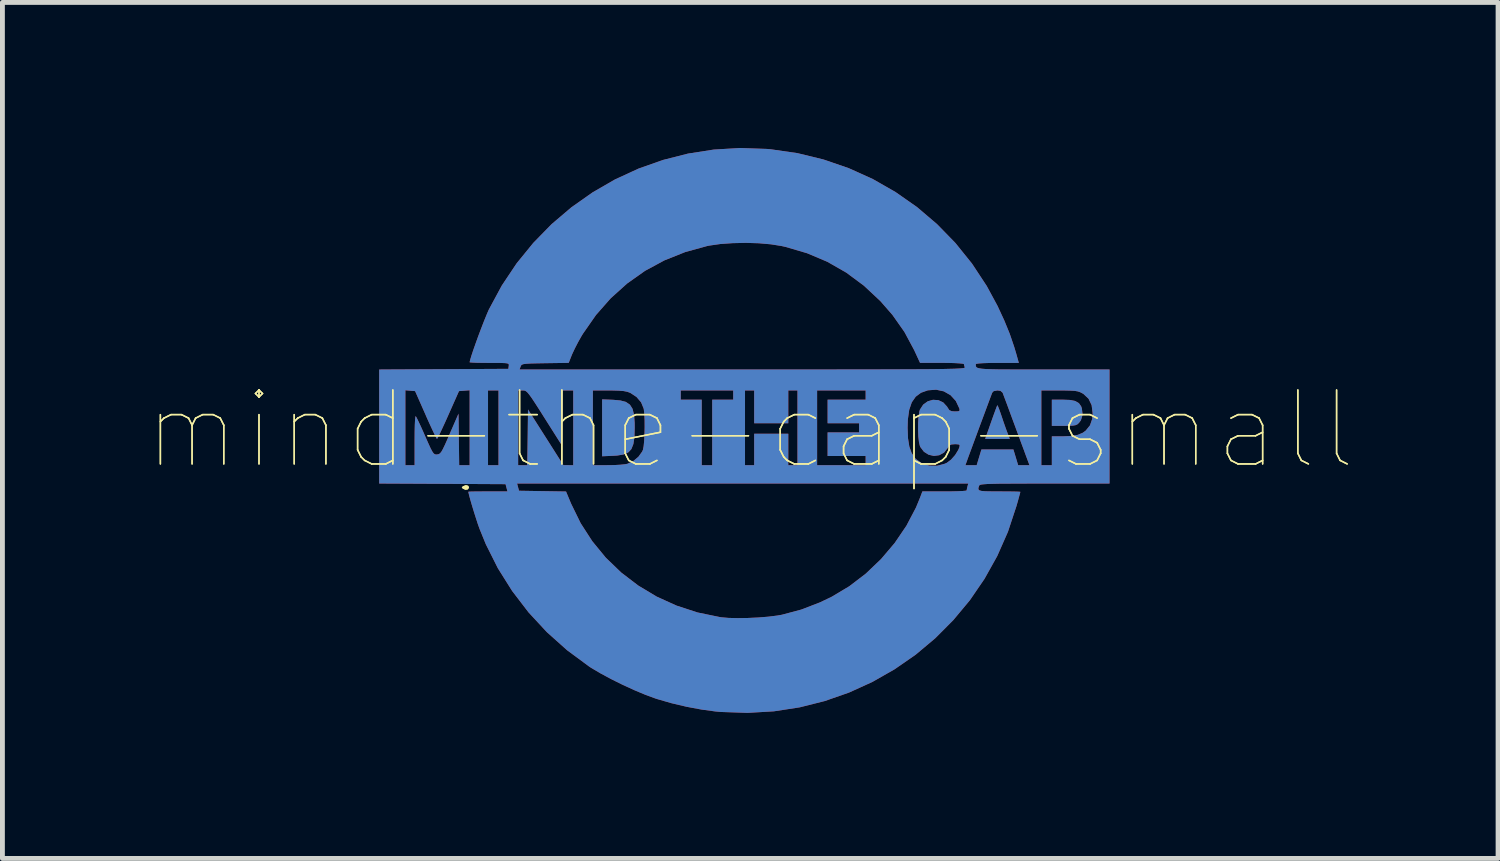
<source format=kicad_pcb>
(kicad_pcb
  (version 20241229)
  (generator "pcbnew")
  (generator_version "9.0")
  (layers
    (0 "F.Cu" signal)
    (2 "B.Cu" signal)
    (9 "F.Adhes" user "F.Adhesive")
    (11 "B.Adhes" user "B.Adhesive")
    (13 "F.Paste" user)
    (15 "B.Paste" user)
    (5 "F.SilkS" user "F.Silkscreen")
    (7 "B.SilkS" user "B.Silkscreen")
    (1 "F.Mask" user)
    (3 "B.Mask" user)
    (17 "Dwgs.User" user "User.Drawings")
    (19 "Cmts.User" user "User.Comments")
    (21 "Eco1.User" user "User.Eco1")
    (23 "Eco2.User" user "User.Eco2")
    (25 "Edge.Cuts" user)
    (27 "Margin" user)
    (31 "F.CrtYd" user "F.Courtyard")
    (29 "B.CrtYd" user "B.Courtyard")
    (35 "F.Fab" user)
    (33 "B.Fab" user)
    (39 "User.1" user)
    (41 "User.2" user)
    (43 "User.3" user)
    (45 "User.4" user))
  (footprint "mind-the-cap-small"
    (layer "F.Cu")
    (at 12.411 5.807)
    (property "Reference" "mind-the-cap-small" (at 0 0 0) (layer "F.SilkS") (effects (font (size 1.524 1.524) (thickness 0.03))))
    (attr board_only exclude_from_pos_files exclude_from_bom)
    (fp_poly (pts (xy 5.104 -0.488) (xy 5.128 -0.428) (xy 5.16 -0.339) (xy 5.176 -0.292) (xy 5.217 -0.17) (xy 5.259 -0.05) (xy 5.294 0.046) (xy 5.3 0.061) (xy 5.349 0.189) (xy 4.841 0.189) (xy 4.962 -0.155) (xy 5.007 -0.282) (xy 5.046 -0.389) (xy 5.075 -0.467) (xy 5.091 -0.505) (xy 5.092 -0.508)) (stroke (width 0) (type solid)) (fill yes) (layer "F.Cu"))
    (fp_poly (pts (xy 6.588 -0.615) (xy 6.699 -0.592) (xy 6.773 -0.549) (xy 6.819 -0.484) (xy 6.834 -0.441) (xy 6.849 -0.309) (xy 6.814 -0.195) (xy 6.774 -0.142) (xy 6.743 -0.113) (xy 6.704 -0.095) (xy 6.645 -0.085) (xy 6.553 -0.082) (xy 6.467 -0.081) (xy 6.215 -0.081) (xy 6.215 -0.621) (xy 6.432 -0.621)) (stroke (width 0) (type solid)) (fill yes) (layer "F.Cu"))
    (fp_poly (pts (xy -2.826 -0.618) (xy -2.674 -0.604) (xy -2.561 -0.573) (xy -2.48 -0.518) (xy -2.426 -0.433) (xy -2.395 -0.311) (xy -2.382 -0.145) (xy -2.381 -0.041) (xy -2.387 0.15) (xy -2.408 0.293) (xy -2.449 0.397) (xy -2.515 0.467) (xy -2.611 0.509) (xy -2.742 0.531) (xy -2.826 0.536) (xy -3.053 0.546) (xy -3.053 -0.627)) (stroke (width 0) (type solid)) (fill yes) (layer "F.Cu"))
    (fp_poly (pts (xy 0.34 -5.788) (xy 0.421 -5.781) (xy 0.974 -5.701) (xy 1.511 -5.57) (xy 2.029 -5.392) (xy 2.525 -5.168) (xy 2.995 -4.899) (xy 3.438 -4.589) (xy 3.85 -4.238) (xy 4.229 -3.849) (xy 4.571 -3.424) (xy 4.874 -2.964) (xy 5.096 -2.554) (xy 5.235 -2.254) (xy 5.348 -1.978) (xy 5.44 -1.708) (xy 5.48 -1.574) (xy 5.535 -1.378) (xy 5.091 -1.378) (xy 4.938 -1.377) (xy 4.809 -1.373) (xy 4.713 -1.367) (xy 4.658 -1.359) (xy 4.648 -1.353) (xy 4.648 -1.329) (xy 4.65 -1.308) (xy 4.66 -1.291) (xy 4.682 -1.277) (xy 4.719 -1.267) (xy 4.777 -1.258) (xy 4.859 -1.252) (xy 4.97 -1.248) (xy 5.114 -1.245) (xy 5.296 -1.244) (xy 5.519 -1.243) (xy 5.789 -1.243) (xy 6.042 -1.243) (xy 7.404 -1.243) (xy 7.404 1.108) (xy 6.069 1.108) (xy 5.764 1.108) (xy 5.508 1.109) (xy 5.298 1.11) (xy 5.128 1.111) (xy 4.995 1.114) (xy 4.894 1.117) (xy 4.821 1.122) (xy 4.771 1.127) (xy 4.74 1.134) (xy 4.724 1.143) (xy 4.718 1.151) (xy 4.703 1.194) (xy 4.701 1.225) (xy 4.72 1.247) (xy 4.765 1.26) (xy 4.843 1.267) (xy 4.961 1.269) (xy 5.127 1.27) (xy 5.134 1.27) (xy 5.28 1.271) (xy 5.405 1.272) (xy 5.5 1.274) (xy 5.555 1.277) (xy 5.566 1.279) (xy 5.56 1.307) (xy 5.541 1.376) (xy 5.514 1.475) (xy 5.485 1.576) (xy 5.311 2.102) (xy 5.091 2.601) (xy 4.828 3.072) (xy 4.526 3.513) (xy 4.186 3.921) (xy 3.813 4.296) (xy 3.409 4.635) (xy 2.976 4.935) (xy 2.518 5.196) (xy 2.037 5.415) (xy 1.536 5.59) (xy 1.019 5.72) (xy 0.487 5.802) (xy -0.056 5.834) (xy -0.608 5.815) (xy -0.716 5.805) (xy -1.002 5.766) (xy -1.312 5.708) (xy -1.625 5.634) (xy -1.915 5.55) (xy -1.955 5.537) (xy -2.16 5.462) (xy -2.391 5.365) (xy -2.633 5.254) (xy -2.871 5.136) (xy -3.091 5.017) (xy -3.279 4.906) (xy -3.324 4.876) (xy -3.776 4.542) (xy -4.192 4.17) (xy -4.57 3.762) (xy -4.907 3.322) (xy -5.201 2.854) (xy -5.449 2.36) (xy -5.577 2.046) (xy -5.612 1.949) (xy -5.651 1.829) (xy -5.693 1.697) (xy -5.733 1.566) (xy -5.768 1.446) (xy -5.794 1.35) (xy -5.808 1.289) (xy -5.81 1.277) (xy -5.784 1.274) (xy -5.714 1.272) (xy -5.609 1.271) (xy -5.477 1.27) (xy -5.407 1.27) (xy -5.004 1.27) (xy -5.023 1.196) (xy -5.043 1.121) (xy -6.345 1.114) (xy -7.551 1.108) (xy -4.805 1.108) (xy -4.765 1.256) (xy -4.281 1.264) (xy -3.796 1.272) (xy -3.692 1.521) (xy -3.495 1.924) (xy -3.255 2.296) (xy -2.975 2.637) (xy -2.658 2.942) (xy -2.307 3.21) (xy -1.927 3.438) (xy -1.519 3.623) (xy -1.088 3.764) (xy -0.637 3.857) (xy -0.594 3.864) (xy -0.445 3.877) (xy -0.257 3.881) (xy -0.047 3.878) (xy 0.169 3.868) (xy 0.376 3.851) (xy 0.558 3.828) (xy 0.654 3.811) (xy 1.051 3.705) (xy 1.438 3.556) (xy 1.678 3.441) (xy 2.041 3.224) (xy 2.382 2.963) (xy 2.695 2.664) (xy 2.976 2.333) (xy 3.218 1.977) (xy 3.415 1.602) (xy 3.499 1.398) (xy 3.547 1.27) (xy 4.003 1.27) (xy 4.153 1.269) (xy 4.282 1.266) (xy 4.382 1.261) (xy 4.443 1.255) (xy 4.459 1.25) (xy 4.466 1.21) (xy 4.476 1.169) (xy 4.492 1.108) (xy -4.805 1.108) (xy -7.551 1.108) (xy -7.647 1.107) (xy -7.647 -0.814) (xy -7.107 -0.814) (xy -7.107 0.73) (xy -6.917 0.73) (xy -6.917 0.211) (xy -6.916 0.041) (xy -6.913 -0.1) (xy -6.908 -0.204) (xy -6.901 -0.267) (xy -6.894 -0.282) (xy -6.875 -0.25) (xy -6.839 -0.177) (xy -6.79 -0.073) (xy -6.733 0.054) (xy -6.7 0.13) (xy -6.635 0.276) (xy -6.588 0.379) (xy -6.552 0.447) (xy -6.524 0.487) (xy -6.499 0.505) (xy -6.473 0.51) (xy -6.451 0.508) (xy -6.421 0.502) (xy -6.395 0.487) (xy -6.367 0.454) (xy -6.335 0.398) (xy -6.293 0.311) (xy -6.237 0.185) (xy -6.193 0.083) (xy -6.012 -0.333) (xy -6.005 0.198) (xy -5.998 0.73) (xy -5.783 0.73) (xy -5.404 0.73) (xy -5.188 0.73) (xy -4.783 0.73) (xy -4.595 0.73) (xy -4.587 0.155) (xy -4.58 -0.419) (xy -4.215 0.155) (xy -3.851 0.728) (xy -3.648 0.73) (xy -3.648 -0.811) (xy -3.243 -0.811) (xy -3.243 0.73) (xy -2.939 0.729) (xy -2.804 0.727) (xy -2.679 0.72) (xy -2.58 0.71) (xy -2.533 0.701) (xy -2.411 0.645) (xy -2.304 0.555) (xy -2.227 0.448) (xy -2.211 0.411) (xy -2.197 0.339) (xy -2.186 0.229) (xy -2.179 0.092) (xy -2.176 -0.056) (xy -2.177 -0.201) (xy -2.183 -0.328) (xy -2.194 -0.425) (xy -2.197 -0.438) (xy -2.249 -0.565) (xy -2.297 -0.621) (xy -1.432 -0.621) (xy -1 -0.621) (xy -1 0.73) (xy -0.784 0.73) (xy -0.108 0.73) (xy 0.081 0.73) (xy 0.081 0.081) (xy 0.784 0.081) (xy 0.784 0.73) (xy 0.973 0.73) (xy 1.378 0.73) (xy 2.378 0.73) (xy 2.378 0.54) (xy 1.594 0.54) (xy 1.594 0.054) (xy 2.243 0.054) (xy 2.243 -0.041) (xy 3.243 -0.041) (xy 3.251 0.174) (xy 3.278 0.344) (xy 3.326 0.478) (xy 3.396 0.583) (xy 3.417 0.605) (xy 3.54 0.692) (xy 3.688 0.738) (xy 3.847 0.741) (xy 3.894 0.73) (xy 4.434 0.73) (xy 4.666 0.73) (xy 4.715 0.567) (xy 4.764 0.405) (xy 5.423 0.405) (xy 5.472 0.567) (xy 5.521 0.73) (xy 5.754 0.73) (xy 5.671 0.507) (xy 5.635 0.408) (xy 5.584 0.272) (xy 5.525 0.111) (xy 5.461 -0.062) (xy 5.404 -0.216) (xy 5.346 -0.373) (xy 5.294 -0.515) (xy 5.25 -0.632) (xy 5.218 -0.717) (xy 5.202 -0.761) (xy 5.201 -0.763) (xy 5.158 -0.802) (xy 5.094 -0.811) (xy 5.999 -0.811) (xy 5.999 0.73) (xy 6.215 0.73) (xy 6.215 0.135) (xy 6.441 0.135) (xy 6.617 0.128) (xy 6.751 0.104) (xy 6.853 0.061) (xy 6.913 0.017) (xy 7.001 -0.091) (xy 7.047 -0.224) (xy 7.056 -0.342) (xy 7.035 -0.507) (xy 6.972 -0.639) (xy 6.868 -0.737) (xy 6.848 -0.749) (xy 6.8 -0.774) (xy 6.749 -0.791) (xy 6.686 -0.802) (xy 6.598 -0.807) (xy 6.474 -0.81) (xy 6.37 -0.81) (xy 5.999 -0.811) (xy 5.094 -0.811) (xy 5.016 -0.796) (xy 4.986 -0.763) (xy 4.972 -0.726) (xy 4.942 -0.646) (xy 4.9 -0.533) (xy 4.848 -0.393) (xy 4.79 -0.237) (xy 4.728 -0.071) (xy 4.667 0.095) (xy 4.608 0.254) (xy 4.556 0.396) (xy 4.512 0.514) (xy 4.481 0.599) (xy 4.471 0.628) (xy 4.434 0.73) (xy 3.894 0.73) (xy 4.005 0.701) (xy 4.052 0.68) (xy 4.138 0.615) (xy 4.222 0.52) (xy 4.287 0.414) (xy 4.31 0.358) (xy 4.316 0.319) (xy 4.296 0.302) (xy 4.237 0.297) (xy 4.218 0.297) (xy 4.142 0.303) (xy 4.098 0.33) (xy 4.067 0.378) (xy 3.993 0.471) (xy 3.895 0.524) (xy 3.785 0.539) (xy 3.676 0.514) (xy 3.579 0.453) (xy 3.505 0.355) (xy 3.496 0.334) (xy 3.477 0.255) (xy 3.464 0.139) (xy 3.459 0.002) (xy 3.46 -0.14) (xy 3.468 -0.271) (xy 3.484 -0.374) (xy 3.496 -0.415) (xy 3.564 -0.519) (xy 3.658 -0.587) (xy 3.766 -0.618) (xy 3.876 -0.611) (xy 3.977 -0.564) (xy 4.056 -0.478) (xy 4.067 -0.459) (xy 4.103 -0.405) (xy 4.151 -0.383) (xy 4.218 -0.378) (xy 4.287 -0.381) (xy 4.314 -0.395) (xy 4.312 -0.428) (xy 4.309 -0.439) (xy 4.236 -0.594) (xy 4.127 -0.713) (xy 3.989 -0.792) (xy 3.83 -0.826) (xy 3.66 -0.813) (xy 3.519 -0.763) (xy 3.41 -0.682) (xy 3.329 -0.566) (xy 3.276 -0.411) (xy 3.248 -0.212) (xy 3.243 -0.041) (xy 2.243 -0.041) (xy 2.243 -0.135) (xy 1.594 -0.135) (xy 1.594 -0.621) (xy 2.378 -0.621) (xy 2.378 -0.811) (xy 1.378 -0.811) (xy 1.378 0.73) (xy 0.973 0.73) (xy 0.973 -0.811) (xy 0.784 -0.811) (xy 0.784 -0.135) (xy 0.081 -0.135) (xy 0.081 -0.811) (xy -0.108 -0.811) (xy -0.108 0.73) (xy -0.784 0.73) (xy -0.784 -0.621) (xy -0.351 -0.621) (xy -0.351 -0.811) (xy -1.432 -0.811) (xy -1.432 -0.621) (xy -2.297 -0.621) (xy -2.344 -0.676) (xy -2.468 -0.758) (xy -2.471 -0.76) (xy -2.534 -0.783) (xy -2.609 -0.798) (xy -2.71 -0.806) (xy -2.849 -0.81) (xy -2.912 -0.81) (xy -3.243 -0.811) (xy -3.648 -0.811) (xy -3.863 -0.811) (xy -3.87 -0.241) (xy -3.878 0.328) (xy -4.238 -0.241) (xy -4.349 -0.417) (xy -4.436 -0.552) (xy -4.502 -0.652) (xy -4.553 -0.722) (xy -4.591 -0.768) (xy -4.621 -0.794) (xy -4.648 -0.807) (xy -4.675 -0.81) (xy -4.691 -0.811) (xy -4.783 -0.811) (xy -4.783 0.73) (xy -5.188 0.73) (xy -5.188 -0.811) (xy -5.404 -0.811) (xy -5.404 0.73) (xy -5.783 0.73) (xy -5.783 -0.814) (xy -6.002 -0.797) (xy -6.221 -0.304) (xy -6.288 -0.154) (xy -6.349 -0.022) (xy -6.399 0.084) (xy -6.435 0.156) (xy -6.454 0.188) (xy -6.456 0.189) (xy -6.471 0.166) (xy -6.504 0.1) (xy -6.552 -0.000461) (xy -6.611 -0.128) (xy -6.677 -0.275) (xy -6.689 -0.304) (xy -6.907 -0.797) (xy -7.107 -0.814) (xy -7.647 -0.814) (xy -7.647 -1.242) (xy -7.55 -1.243) (xy -4.754 -1.243) (xy -0.158 -1.243) (xy 0.428 -1.243) (xy 0.963 -1.243) (xy 1.449 -1.243) (xy 1.887 -1.244) (xy 2.281 -1.244) (xy 2.633 -1.245) (xy 2.944 -1.246) (xy 3.218 -1.247) (xy 3.457 -1.248) (xy 3.663 -1.249) (xy 3.838 -1.251) (xy 3.984 -1.253) (xy 4.105 -1.256) (xy 4.202 -1.258) (xy 4.278 -1.262) (xy 4.335 -1.265) (xy 4.376 -1.269) (xy 4.402 -1.273) (xy 4.416 -1.278) (xy 4.421 -1.283) (xy 4.421 -1.286) (xy 4.406 -1.337) (xy 4.404 -1.353) (xy 4.379 -1.362) (xy 4.307 -1.369) (xy 4.197 -1.375) (xy 4.058 -1.378) (xy 3.952 -1.379) (xy 3.499 -1.379) (xy 3.379 -1.639) (xy 3.177 -2.016) (xy 2.93 -2.367) (xy 2.681 -2.652) (xy 2.341 -2.97) (xy 1.978 -3.239) (xy 1.588 -3.462) (xy 1.172 -3.638) (xy 0.726 -3.769) (xy 0.64 -3.788) (xy 0.426 -3.822) (xy 0.176 -3.844) (xy -0.092 -3.852) (xy -0.363 -3.846) (xy -0.618 -3.828) (xy -0.841 -3.796) (xy -0.883 -3.788) (xy -1.338 -3.663) (xy -1.767 -3.492) (xy -2.167 -3.276) (xy -2.536 -3.015) (xy -2.874 -2.711) (xy -3.178 -2.366) (xy -3.447 -1.98) (xy -3.484 -1.919) (xy -3.551 -1.799) (xy -3.616 -1.673) (xy -3.667 -1.564) (xy -3.677 -1.541) (xy -3.741 -1.379) (xy -4.225 -1.372) (xy -4.398 -1.369) (xy -4.524 -1.366) (xy -4.611 -1.361) (xy -4.668 -1.354) (xy -4.701 -1.344) (xy -4.72 -1.329) (xy -4.73 -1.308) (xy -4.732 -1.304) (xy -4.754 -1.243) (xy -7.55 -1.243) (xy -6.316 -1.249) (xy -4.985 -1.256) (xy -4.977 -1.317) (xy -4.975 -1.341) (xy -4.982 -1.357) (xy -5.006 -1.368) (xy -5.055 -1.374) (xy -5.136 -1.377) (xy -5.258 -1.378) (xy -5.375 -1.378) (xy -5.517 -1.379) (xy -5.637 -1.381) (xy -5.726 -1.385) (xy -5.776 -1.389) (xy -5.783 -1.392) (xy -5.773 -1.438) (xy -5.747 -1.525) (xy -5.708 -1.643) (xy -5.659 -1.782) (xy -5.605 -1.932) (xy -5.547 -2.085) (xy -5.491 -2.23) (xy -5.439 -2.358) (xy -5.396 -2.459) (xy -5.383 -2.486) (xy -5.119 -2.975) (xy -4.814 -3.431) (xy -4.471 -3.852) (xy -4.094 -4.238) (xy -3.686 -4.585) (xy -3.249 -4.893) (xy -2.788 -5.159) (xy -2.304 -5.382) (xy -1.801 -5.56) (xy -1.282 -5.692) (xy -0.75 -5.775) (xy -0.208 -5.807)) (stroke (width 0) (type solid)) (fill yes) (layer "F.Cu"))
    (fp_poly (pts (xy 5.104 -0.488) (xy 5.128 -0.428) (xy 5.16 -0.339) (xy 5.176 -0.292) (xy 5.217 -0.17) (xy 5.259 -0.05) (xy 5.294 0.046) (xy 5.3 0.061) (xy 5.349 0.189) (xy 4.841 0.189) (xy 4.962 -0.155) (xy 5.007 -0.282) (xy 5.046 -0.389) (xy 5.075 -0.467) (xy 5.091 -0.505) (xy 5.092 -0.508)) (stroke (width 0) (type solid)) (fill yes) (layer "B.Cu"))
    (fp_poly (pts (xy 6.588 -0.615) (xy 6.699 -0.592) (xy 6.773 -0.549) (xy 6.819 -0.484) (xy 6.834 -0.441) (xy 6.849 -0.309) (xy 6.814 -0.195) (xy 6.774 -0.142) (xy 6.743 -0.113) (xy 6.704 -0.095) (xy 6.645 -0.085) (xy 6.553 -0.082) (xy 6.467 -0.081) (xy 6.215 -0.081) (xy 6.215 -0.621) (xy 6.432 -0.621)) (stroke (width 0) (type solid)) (fill yes) (layer "B.Cu"))
    (fp_poly (pts (xy -2.826 -0.618) (xy -2.674 -0.604) (xy -2.561 -0.573) (xy -2.48 -0.518) (xy -2.426 -0.433) (xy -2.395 -0.311) (xy -2.382 -0.145) (xy -2.381 -0.041) (xy -2.387 0.15) (xy -2.408 0.293) (xy -2.449 0.397) (xy -2.515 0.467) (xy -2.611 0.509) (xy -2.742 0.531) (xy -2.826 0.536) (xy -3.053 0.546) (xy -3.053 -0.627)) (stroke (width 0) (type solid)) (fill yes) (layer "B.Cu"))
    (fp_poly (pts (xy 0.34 -5.788) (xy 0.421 -5.781) (xy 0.974 -5.701) (xy 1.511 -5.57) (xy 2.029 -5.392) (xy 2.525 -5.168) (xy 2.995 -4.899) (xy 3.438 -4.589) (xy 3.85 -4.238) (xy 4.229 -3.849) (xy 4.571 -3.424) (xy 4.874 -2.964) (xy 5.096 -2.554) (xy 5.235 -2.254) (xy 5.348 -1.978) (xy 5.44 -1.708) (xy 5.48 -1.574) (xy 5.535 -1.378) (xy 5.091 -1.378) (xy 4.938 -1.377) (xy 4.809 -1.373) (xy 4.713 -1.367) (xy 4.658 -1.359) (xy 4.648 -1.353) (xy 4.648 -1.329) (xy 4.65 -1.308) (xy 4.66 -1.291) (xy 4.682 -1.277) (xy 4.719 -1.267) (xy 4.777 -1.258) (xy 4.859 -1.252) (xy 4.97 -1.248) (xy 5.114 -1.245) (xy 5.296 -1.244) (xy 5.519 -1.243) (xy 5.789 -1.243) (xy 6.042 -1.243) (xy 7.404 -1.243) (xy 7.404 1.108) (xy 6.069 1.108) (xy 5.764 1.108) (xy 5.508 1.109) (xy 5.298 1.11) (xy 5.128 1.111) (xy 4.995 1.114) (xy 4.894 1.117) (xy 4.821 1.122) (xy 4.771 1.127) (xy 4.74 1.134) (xy 4.724 1.143) (xy 4.718 1.151) (xy 4.703 1.194) (xy 4.701 1.225) (xy 4.72 1.247) (xy 4.765 1.26) (xy 4.843 1.267) (xy 4.961 1.269) (xy 5.127 1.27) (xy 5.134 1.27) (xy 5.28 1.271) (xy 5.405 1.272) (xy 5.5 1.274) (xy 5.555 1.277) (xy 5.566 1.279) (xy 5.56 1.307) (xy 5.541 1.376) (xy 5.514 1.475) (xy 5.485 1.576) (xy 5.311 2.102) (xy 5.091 2.601) (xy 4.828 3.072) (xy 4.526 3.513) (xy 4.186 3.921) (xy 3.813 4.296) (xy 3.409 4.635) (xy 2.976 4.935) (xy 2.518 5.196) (xy 2.037 5.415) (xy 1.536 5.59) (xy 1.019 5.72) (xy 0.487 5.802) (xy -0.056 5.834) (xy -0.608 5.815) (xy -0.716 5.805) (xy -1.002 5.766) (xy -1.312 5.708) (xy -1.625 5.634) (xy -1.915 5.55) (xy -1.955 5.537) (xy -2.16 5.462) (xy -2.391 5.365) (xy -2.633 5.254) (xy -2.871 5.136) (xy -3.091 5.017) (xy -3.279 4.906) (xy -3.324 4.876) (xy -3.776 4.542) (xy -4.192 4.17) (xy -4.57 3.762) (xy -4.907 3.322) (xy -5.201 2.854) (xy -5.449 2.36) (xy -5.577 2.046) (xy -5.612 1.949) (xy -5.651 1.829) (xy -5.693 1.697) (xy -5.733 1.566) (xy -5.768 1.446) (xy -5.794 1.35) (xy -5.808 1.289) (xy -5.81 1.277) (xy -5.784 1.274) (xy -5.714 1.272) (xy -5.609 1.271) (xy -5.477 1.27) (xy -5.407 1.27) (xy -5.004 1.27) (xy -5.023 1.196) (xy -5.043 1.121) (xy -6.345 1.114) (xy -7.551 1.108) (xy -4.805 1.108) (xy -4.765 1.256) (xy -4.281 1.264) (xy -3.796 1.272) (xy -3.692 1.521) (xy -3.495 1.924) (xy -3.255 2.296) (xy -2.975 2.637) (xy -2.658 2.942) (xy -2.307 3.21) (xy -1.927 3.438) (xy -1.519 3.623) (xy -1.088 3.764) (xy -0.637 3.857) (xy -0.594 3.864) (xy -0.445 3.877) (xy -0.257 3.881) (xy -0.047 3.878) (xy 0.169 3.868) (xy 0.376 3.851) (xy 0.558 3.828) (xy 0.654 3.811) (xy 1.051 3.705) (xy 1.438 3.556) (xy 1.678 3.441) (xy 2.041 3.224) (xy 2.382 2.963) (xy 2.695 2.664) (xy 2.976 2.333) (xy 3.218 1.977) (xy 3.415 1.602) (xy 3.499 1.398) (xy 3.547 1.27) (xy 4.003 1.27) (xy 4.153 1.269) (xy 4.282 1.266) (xy 4.382 1.261) (xy 4.443 1.255) (xy 4.459 1.25) (xy 4.466 1.21) (xy 4.476 1.169) (xy 4.492 1.108) (xy -4.805 1.108) (xy -7.551 1.108) (xy -7.647 1.107) (xy -7.647 -0.814) (xy -7.107 -0.814) (xy -7.107 0.73) (xy -6.917 0.73) (xy -6.917 0.211) (xy -6.916 0.041) (xy -6.913 -0.1) (xy -6.908 -0.204) (xy -6.901 -0.267) (xy -6.894 -0.282) (xy -6.875 -0.25) (xy -6.839 -0.177) (xy -6.79 -0.073) (xy -6.733 0.054) (xy -6.7 0.13) (xy -6.635 0.276) (xy -6.588 0.379) (xy -6.552 0.447) (xy -6.524 0.487) (xy -6.499 0.505) (xy -6.473 0.51) (xy -6.451 0.508) (xy -6.421 0.502) (xy -6.395 0.487) (xy -6.367 0.454) (xy -6.335 0.398) (xy -6.293 0.311) (xy -6.237 0.185) (xy -6.193 0.083) (xy -6.012 -0.333) (xy -6.005 0.198) (xy -5.998 0.73) (xy -5.783 0.73) (xy -5.404 0.73) (xy -5.188 0.73) (xy -4.783 0.73) (xy -4.595 0.73) (xy -4.587 0.155) (xy -4.58 -0.419) (xy -4.215 0.155) (xy -3.851 0.728) (xy -3.648 0.73) (xy -3.648 -0.811) (xy -3.243 -0.811) (xy -3.243 0.73) (xy -2.939 0.729) (xy -2.804 0.727) (xy -2.679 0.72) (xy -2.58 0.71) (xy -2.533 0.701) (xy -2.411 0.645) (xy -2.304 0.555) (xy -2.227 0.448) (xy -2.211 0.411) (xy -2.197 0.339) (xy -2.186 0.229) (xy -2.179 0.092) (xy -2.176 -0.056) (xy -2.177 -0.201) (xy -2.183 -0.328) (xy -2.194 -0.425) (xy -2.197 -0.438) (xy -2.249 -0.565) (xy -2.297 -0.621) (xy -1.432 -0.621) (xy -1 -0.621) (xy -1 0.73) (xy -0.784 0.73) (xy -0.108 0.73) (xy 0.081 0.73) (xy 0.081 0.081) (xy 0.784 0.081) (xy 0.784 0.73) (xy 0.973 0.73) (xy 1.378 0.73) (xy 2.378 0.73) (xy 2.378 0.54) (xy 1.594 0.54) (xy 1.594 0.054) (xy 2.243 0.054) (xy 2.243 -0.041) (xy 3.243 -0.041) (xy 3.251 0.174) (xy 3.278 0.344) (xy 3.326 0.478) (xy 3.396 0.583) (xy 3.417 0.605) (xy 3.54 0.692) (xy 3.688 0.738) (xy 3.847 0.741) (xy 3.894 0.73) (xy 4.434 0.73) (xy 4.666 0.73) (xy 4.715 0.567) (xy 4.764 0.405) (xy 5.423 0.405) (xy 5.472 0.567) (xy 5.521 0.73) (xy 5.754 0.73) (xy 5.671 0.507) (xy 5.635 0.408) (xy 5.584 0.272) (xy 5.525 0.111) (xy 5.461 -0.062) (xy 5.404 -0.216) (xy 5.346 -0.373) (xy 5.294 -0.515) (xy 5.25 -0.632) (xy 5.218 -0.717) (xy 5.202 -0.761) (xy 5.201 -0.763) (xy 5.158 -0.802) (xy 5.094 -0.811) (xy 5.999 -0.811) (xy 5.999 0.73) (xy 6.215 0.73) (xy 6.215 0.135) (xy 6.441 0.135) (xy 6.617 0.128) (xy 6.751 0.104) (xy 6.853 0.061) (xy 6.913 0.017) (xy 7.001 -0.091) (xy 7.047 -0.224) (xy 7.056 -0.342) (xy 7.035 -0.507) (xy 6.972 -0.639) (xy 6.868 -0.737) (xy 6.848 -0.749) (xy 6.8 -0.774) (xy 6.749 -0.791) (xy 6.686 -0.802) (xy 6.598 -0.807) (xy 6.474 -0.81) (xy 6.37 -0.81) (xy 5.999 -0.811) (xy 5.094 -0.811) (xy 5.016 -0.796) (xy 4.986 -0.763) (xy 4.972 -0.726) (xy 4.942 -0.646) (xy 4.9 -0.533) (xy 4.848 -0.393) (xy 4.79 -0.237) (xy 4.728 -0.071) (xy 4.667 0.095) (xy 4.608 0.254) (xy 4.556 0.396) (xy 4.512 0.514) (xy 4.481 0.599) (xy 4.471 0.628) (xy 4.434 0.73) (xy 3.894 0.73) (xy 4.005 0.701) (xy 4.052 0.68) (xy 4.138 0.615) (xy 4.222 0.52) (xy 4.287 0.414) (xy 4.31 0.358) (xy 4.316 0.319) (xy 4.296 0.302) (xy 4.237 0.297) (xy 4.218 0.297) (xy 4.142 0.303) (xy 4.098 0.33) (xy 4.067 0.378) (xy 3.993 0.471) (xy 3.895 0.524) (xy 3.785 0.539) (xy 3.676 0.514) (xy 3.579 0.453) (xy 3.505 0.355) (xy 3.496 0.334) (xy 3.477 0.255) (xy 3.464 0.139) (xy 3.459 0.002) (xy 3.46 -0.14) (xy 3.468 -0.271) (xy 3.484 -0.374) (xy 3.496 -0.415) (xy 3.564 -0.519) (xy 3.658 -0.587) (xy 3.766 -0.618) (xy 3.876 -0.611) (xy 3.977 -0.564) (xy 4.056 -0.478) (xy 4.067 -0.459) (xy 4.103 -0.405) (xy 4.151 -0.383) (xy 4.218 -0.378) (xy 4.287 -0.381) (xy 4.314 -0.395) (xy 4.312 -0.428) (xy 4.309 -0.439) (xy 4.236 -0.594) (xy 4.127 -0.713) (xy 3.989 -0.792) (xy 3.83 -0.826) (xy 3.66 -0.813) (xy 3.519 -0.763) (xy 3.41 -0.682) (xy 3.329 -0.566) (xy 3.276 -0.411) (xy 3.248 -0.212) (xy 3.243 -0.041) (xy 2.243 -0.041) (xy 2.243 -0.135) (xy 1.594 -0.135) (xy 1.594 -0.621) (xy 2.378 -0.621) (xy 2.378 -0.811) (xy 1.378 -0.811) (xy 1.378 0.73) (xy 0.973 0.73) (xy 0.973 -0.811) (xy 0.784 -0.811) (xy 0.784 -0.135) (xy 0.081 -0.135) (xy 0.081 -0.811) (xy -0.108 -0.811) (xy -0.108 0.73) (xy -0.784 0.73) (xy -0.784 -0.621) (xy -0.351 -0.621) (xy -0.351 -0.811) (xy -1.432 -0.811) (xy -1.432 -0.621) (xy -2.297 -0.621) (xy -2.344 -0.676) (xy -2.468 -0.758) (xy -2.471 -0.76) (xy -2.534 -0.783) (xy -2.609 -0.798) (xy -2.71 -0.806) (xy -2.849 -0.81) (xy -2.912 -0.81) (xy -3.243 -0.811) (xy -3.648 -0.811) (xy -3.863 -0.811) (xy -3.87 -0.241) (xy -3.878 0.328) (xy -4.238 -0.241) (xy -4.349 -0.417) (xy -4.436 -0.552) (xy -4.502 -0.652) (xy -4.553 -0.722) (xy -4.591 -0.768) (xy -4.621 -0.794) (xy -4.648 -0.807) (xy -4.675 -0.81) (xy -4.691 -0.811) (xy -4.783 -0.811) (xy -4.783 0.73) (xy -5.188 0.73) (xy -5.188 -0.811) (xy -5.404 -0.811) (xy -5.404 0.73) (xy -5.783 0.73) (xy -5.783 -0.814) (xy -6.002 -0.797) (xy -6.221 -0.304) (xy -6.288 -0.154) (xy -6.349 -0.022) (xy -6.399 0.084) (xy -6.435 0.156) (xy -6.454 0.188) (xy -6.456 0.189) (xy -6.471 0.166) (xy -6.504 0.1) (xy -6.552 -0.000461) (xy -6.611 -0.128) (xy -6.677 -0.275) (xy -6.689 -0.304) (xy -6.907 -0.797) (xy -7.107 -0.814) (xy -7.647 -0.814) (xy -7.647 -1.242) (xy -7.55 -1.243) (xy -4.754 -1.243) (xy -0.158 -1.243) (xy 0.428 -1.243) (xy 0.963 -1.243) (xy 1.449 -1.243) (xy 1.887 -1.244) (xy 2.281 -1.244) (xy 2.633 -1.245) (xy 2.944 -1.246) (xy 3.218 -1.247) (xy 3.457 -1.248) (xy 3.663 -1.249) (xy 3.838 -1.251) (xy 3.984 -1.253) (xy 4.105 -1.256) (xy 4.202 -1.258) (xy 4.278 -1.262) (xy 4.335 -1.265) (xy 4.376 -1.269) (xy 4.402 -1.273) (xy 4.416 -1.278) (xy 4.421 -1.283) (xy 4.421 -1.286) (xy 4.406 -1.337) (xy 4.404 -1.353) (xy 4.379 -1.362) (xy 4.307 -1.369) (xy 4.197 -1.375) (xy 4.058 -1.378) (xy 3.952 -1.379) (xy 3.499 -1.379) (xy 3.379 -1.639) (xy 3.177 -2.016) (xy 2.93 -2.367) (xy 2.681 -2.652) (xy 2.341 -2.97) (xy 1.978 -3.239) (xy 1.588 -3.462) (xy 1.172 -3.638) (xy 0.726 -3.769) (xy 0.64 -3.788) (xy 0.426 -3.822) (xy 0.176 -3.844) (xy -0.092 -3.852) (xy -0.363 -3.846) (xy -0.618 -3.828) (xy -0.841 -3.796) (xy -0.883 -3.788) (xy -1.338 -3.663) (xy -1.767 -3.492) (xy -2.167 -3.276) (xy -2.536 -3.015) (xy -2.874 -2.711) (xy -3.178 -2.366) (xy -3.447 -1.98) (xy -3.484 -1.919) (xy -3.551 -1.799) (xy -3.616 -1.673) (xy -3.667 -1.564) (xy -3.677 -1.541) (xy -3.741 -1.379) (xy -4.225 -1.372) (xy -4.398 -1.369) (xy -4.524 -1.366) (xy -4.611 -1.361) (xy -4.668 -1.354) (xy -4.701 -1.344) (xy -4.72 -1.329) (xy -4.73 -1.308) (xy -4.732 -1.304) (xy -4.754 -1.243) (xy -7.55 -1.243) (xy -6.316 -1.249) (xy -4.985 -1.256) (xy -4.977 -1.317) (xy -4.975 -1.341) (xy -4.982 -1.357) (xy -5.006 -1.368) (xy -5.055 -1.374) (xy -5.136 -1.377) (xy -5.258 -1.378) (xy -5.375 -1.378) (xy -5.517 -1.379) (xy -5.637 -1.381) (xy -5.726 -1.385) (xy -5.776 -1.389) (xy -5.783 -1.392) (xy -5.773 -1.438) (xy -5.747 -1.525) (xy -5.708 -1.643) (xy -5.659 -1.782) (xy -5.605 -1.932) (xy -5.547 -2.085) (xy -5.491 -2.23) (xy -5.439 -2.358) (xy -5.396 -2.459) (xy -5.383 -2.486) (xy -5.119 -2.975) (xy -4.814 -3.431) (xy -4.471 -3.852) (xy -4.094 -4.238) (xy -3.686 -4.585) (xy -3.249 -4.893) (xy -2.788 -5.159) (xy -2.304 -5.382) (xy -1.801 -5.56) (xy -1.282 -5.692) (xy -0.75 -5.775) (xy -0.208 -5.807)) (stroke (width 0) (type solid)) (fill yes) (layer "B.Cu"))
    (fp_poly (pts (xy -5.813 1.154) (xy -5.796 1.189) (xy -5.817 1.227) (xy -5.866 1.236) (xy -5.918 1.216) (xy -5.945 1.19) (xy -5.923 1.166) (xy -5.918 1.162) (xy -5.86 1.142)) (stroke (width 0) (type solid)) (fill yes) (layer "F.SilkS"))
    (fp_poly (pts (xy -5.813 1.154) (xy -5.796 1.189) (xy -5.817 1.227) (xy -5.866 1.236) (xy -5.918 1.216) (xy -5.945 1.19) (xy -5.923 1.166) (xy -5.918 1.162) (xy -5.86 1.142)) (stroke (width 0) (type solid)) (fill yes) (layer "F.SilkS"))
    (fp_text user "${REFERENCE}" (at 0 0 0) (layer "F.SilkS") (effects (font (size 1.524 1.524) (thickness 0.03)))))
  (gr_rect
    (start -3 -3)
    (end 27.822 14.641)
    (stroke (width 0.1) (type default))
    (fill no)
    (layer "Edge.Cuts")))
</source>
